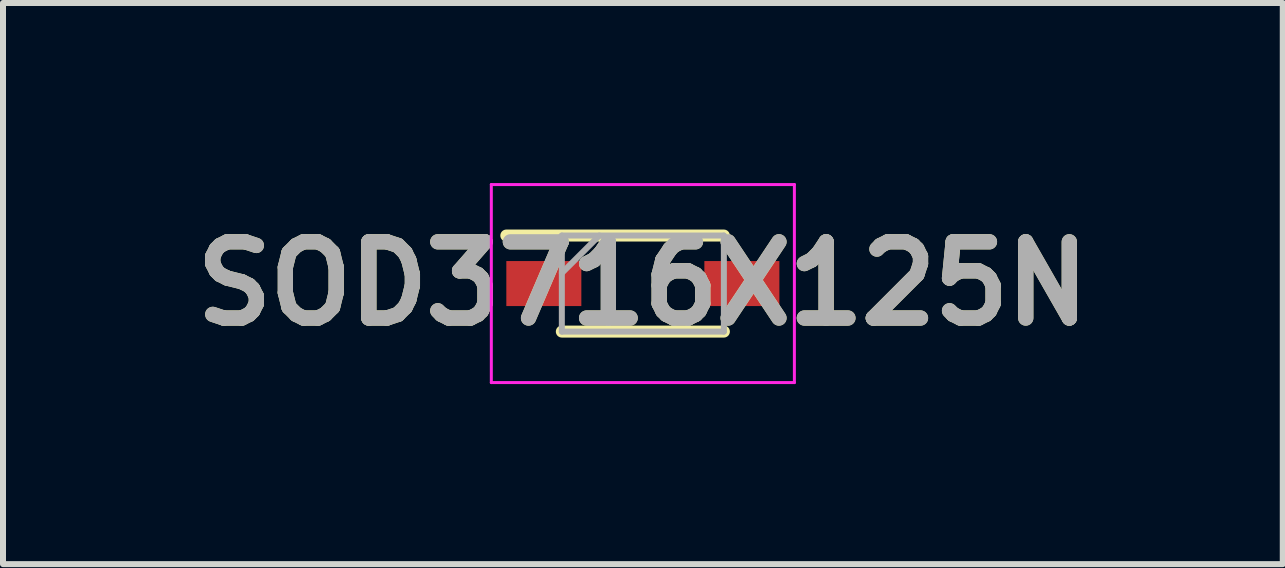
<source format=kicad_pcb>
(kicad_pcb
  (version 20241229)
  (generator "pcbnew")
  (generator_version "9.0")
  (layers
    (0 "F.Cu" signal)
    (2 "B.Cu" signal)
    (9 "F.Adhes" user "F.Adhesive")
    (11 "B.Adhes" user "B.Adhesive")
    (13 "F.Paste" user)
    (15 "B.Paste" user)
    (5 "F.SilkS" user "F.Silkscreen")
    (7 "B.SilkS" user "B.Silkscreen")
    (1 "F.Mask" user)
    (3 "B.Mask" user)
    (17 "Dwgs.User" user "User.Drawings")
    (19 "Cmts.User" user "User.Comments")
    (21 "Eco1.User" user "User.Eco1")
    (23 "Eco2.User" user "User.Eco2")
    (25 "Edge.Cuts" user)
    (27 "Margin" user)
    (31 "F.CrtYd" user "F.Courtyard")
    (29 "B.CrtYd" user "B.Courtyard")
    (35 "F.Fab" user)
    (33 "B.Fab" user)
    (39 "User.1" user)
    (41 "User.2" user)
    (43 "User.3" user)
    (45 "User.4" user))
  (footprint "SOD3716X125N"
    (layer "F.Cu")
    (at 7.662 1.675)
    (property "Reference" "SOD3716X125N" (at 0 0 0) (layer "F.SilkS") (effects (font (size 1.27 1.27) (thickness 0.254))))
    (attr smd)
    (fp_line (start -2.275 -0.8) (end 1.35 -0.8) (stroke (width 0.2) (type solid)) (layer "F.SilkS"))
    (fp_line (start -1.35 0.8) (end 1.35 0.8) (stroke (width 0.2) (type solid)) (layer "F.SilkS"))
    (fp_line (start -2.525 -1.65) (end 2.525 -1.65) (stroke (width 0.05) (type solid)) (layer "F.CrtYd"))
    (fp_line (start -2.525 1.65) (end -2.525 -1.65) (stroke (width 0.05) (type solid)) (layer "F.CrtYd"))
    (fp_line (start 2.525 -1.65) (end 2.525 1.65) (stroke (width 0.05) (type solid)) (layer "F.CrtYd"))
    (fp_line (start 2.525 1.65) (end -2.525 1.65) (stroke (width 0.05) (type solid)) (layer "F.CrtYd"))
    (fp_line (start -1.35 -0.8) (end 1.35 -0.8) (stroke (width 0.1) (type solid)) (layer "F.Fab"))
    (fp_line (start -1.35 -0.175) (end -0.725 -0.8) (stroke (width 0.1) (type solid)) (layer "F.Fab"))
    (fp_line (start -1.35 0.8) (end -1.35 -0.8) (stroke (width 0.1) (type solid)) (layer "F.Fab"))
    (fp_line (start 1.35 -0.8) (end 1.35 0.8) (stroke (width 0.1) (type solid)) (layer "F.Fab"))
    (fp_line (start 1.35 0.8) (end -1.35 0.8) (stroke (width 0.1) (type solid)) (layer "F.Fab"))
    (fp_text user "${REFERENCE}" (at 0 0 0) (layer "F.Fab") (effects (font (size 1.27 1.27) (thickness 0.254))))
    (pad "1" smd rect (at -1.65 0 90) (size 0.75 1.25) (layers "F.Cu" "F.Mask" "F.Paste"))
    (pad "2" smd rect (at 1.65 0 90) (size 0.75 1.25) (layers "F.Cu" "F.Mask" "F.Paste")))
  (gr_rect
    (start -3 -3)
    (end 18.325 6.35)
    (stroke (width 0.1) (type default))
    (fill no)
    (layer "Edge.Cuts")))
</source>
